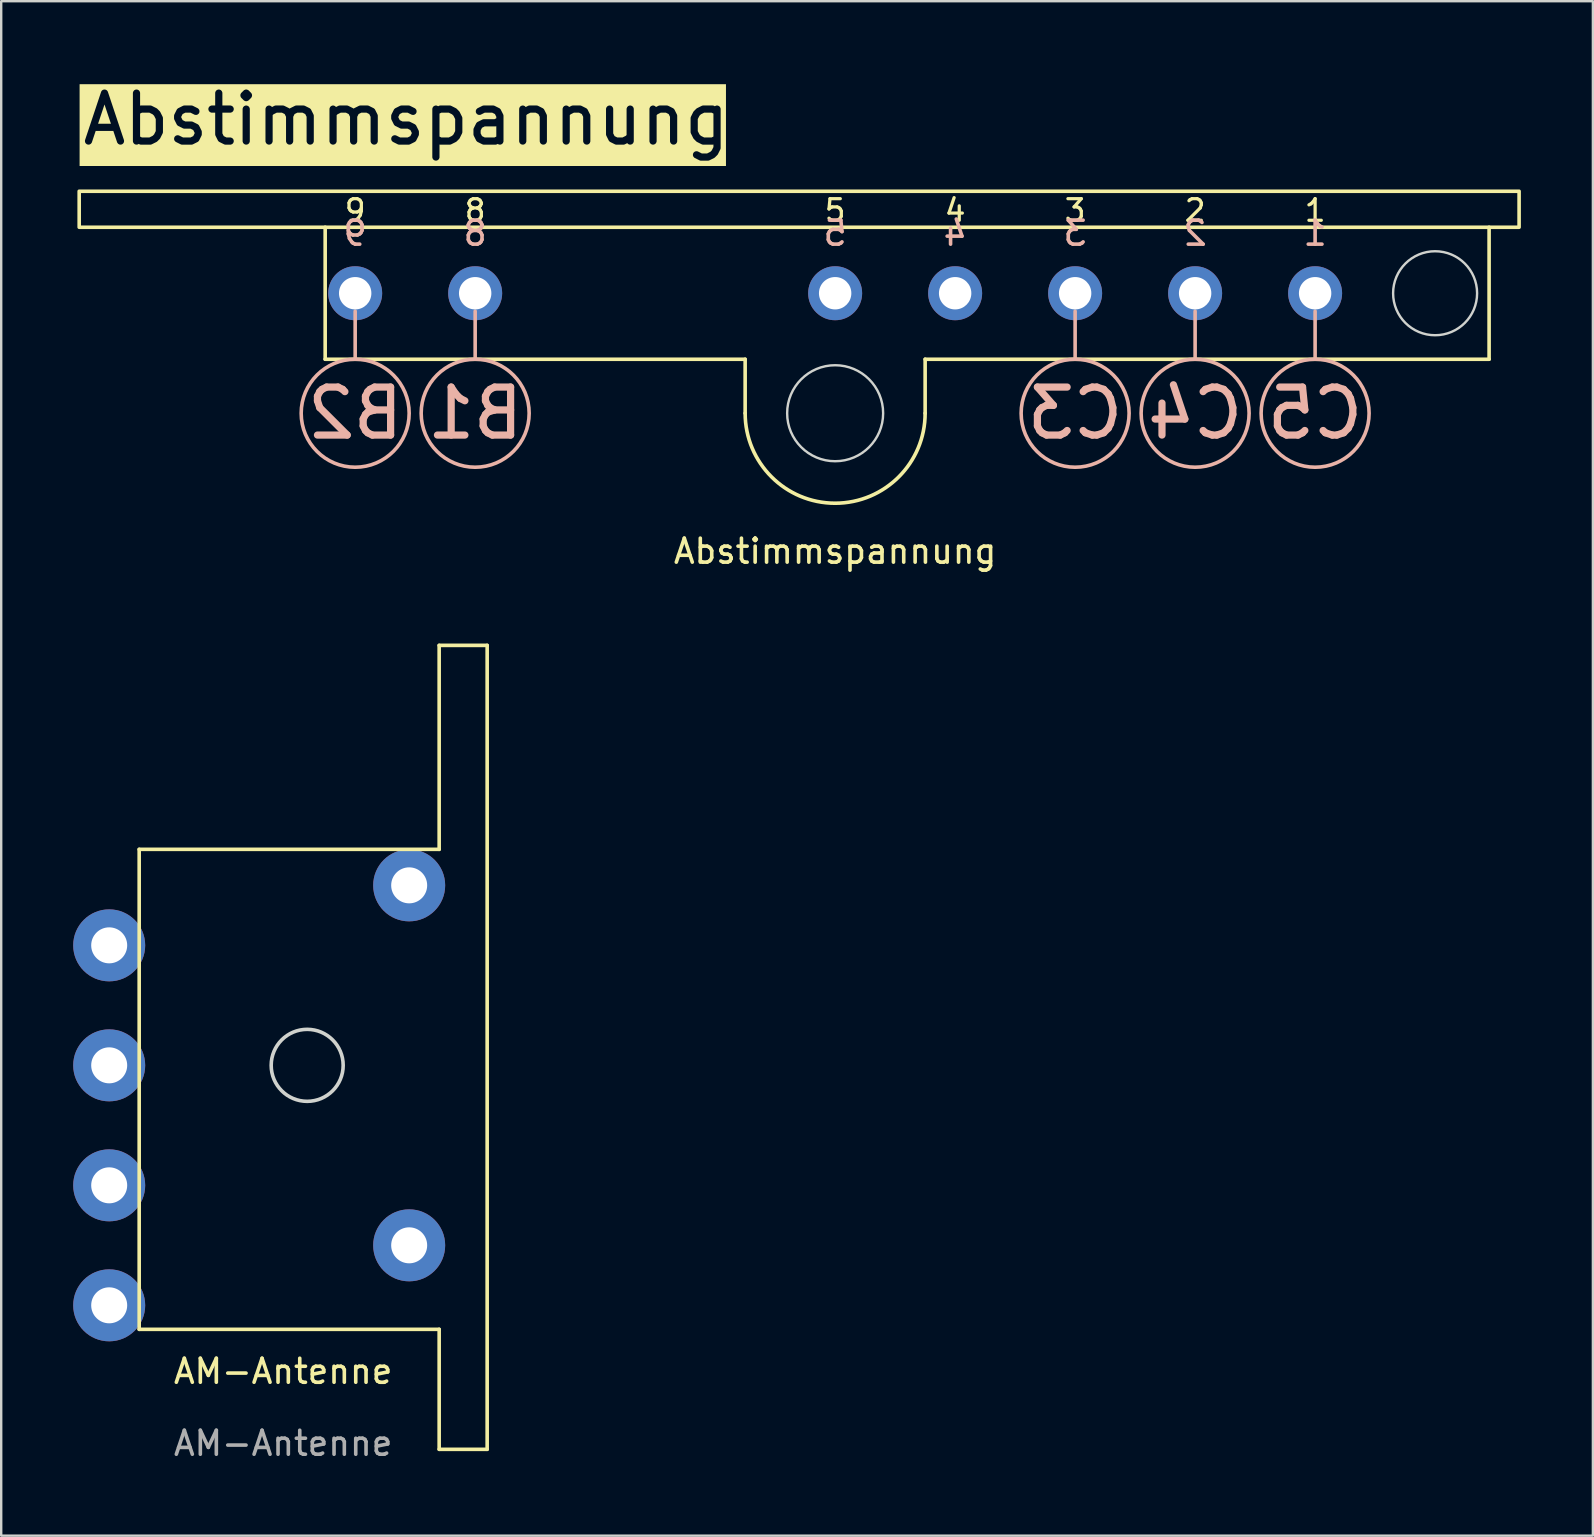
<source format=kicad_pcb>
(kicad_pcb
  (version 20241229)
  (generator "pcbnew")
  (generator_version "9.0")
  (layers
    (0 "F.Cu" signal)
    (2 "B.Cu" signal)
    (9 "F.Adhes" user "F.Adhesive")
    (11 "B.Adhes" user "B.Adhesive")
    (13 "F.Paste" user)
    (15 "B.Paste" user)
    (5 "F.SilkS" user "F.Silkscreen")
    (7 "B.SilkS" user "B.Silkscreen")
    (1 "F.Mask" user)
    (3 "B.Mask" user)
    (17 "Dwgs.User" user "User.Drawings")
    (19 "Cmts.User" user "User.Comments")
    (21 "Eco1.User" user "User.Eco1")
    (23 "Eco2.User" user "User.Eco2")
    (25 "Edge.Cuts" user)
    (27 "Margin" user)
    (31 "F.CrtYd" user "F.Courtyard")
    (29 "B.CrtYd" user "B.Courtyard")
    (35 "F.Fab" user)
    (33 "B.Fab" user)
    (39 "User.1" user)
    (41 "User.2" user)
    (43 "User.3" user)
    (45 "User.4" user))
  (footprint "AM-Antenne"
    (layer "F.Cu")
    (at 2.75 32.342)
    (property "Reference" "AM-Antenne" (at 6 21.75 0) (unlocked yes) (layer "F.SilkS") (effects (font (size 1 1) (thickness 0.15))))
    (attr through_hole)
    (fp_line (start 0 0) (end 0 20) (stroke (width 0.15) (type default)) (layer "F.SilkS"))
    (fp_line (start 0 20) (end 12.5 20) (stroke (width 0.15) (type default)) (layer "F.SilkS"))
    (fp_line (start 12.5 -8.5) (end 14.5 -8.5) (stroke (width 0.15) (type default)) (layer "F.SilkS"))
    (fp_line (start 12.5 0) (end 0 0) (stroke (width 0.15) (type default)) (layer "F.SilkS"))
    (fp_line (start 12.5 0) (end 12.5 -8.5) (stroke (width 0.15) (type default)) (layer "F.SilkS"))
    (fp_line (start 12.5 25) (end 12.5 20) (stroke (width 0.15) (type default)) (layer "F.SilkS"))
    (fp_line (start 14.5 -8.5) (end 14.5 25) (stroke (width 0.15) (type default)) (layer "F.SilkS"))
    (fp_line (start 14.5 25) (end 12.5 25) (stroke (width 0.15) (type default)) (layer "F.SilkS"))
    (fp_circle (center 7 9) (end 8.5 9) (stroke (width 0.15) (type default)) (fill no) (layer "Edge.Cuts"))
    (fp_text user "${REFERENCE}" (at 6 24.75 0) (unlocked yes) (layer "F.Fab") (effects (font (size 1 1) (thickness 0.15))))
    (pad "1" thru_hole circle (at -1.25 4) (size 3 3) (drill 1.5) (layers "*.Cu" "B.Mask") (remove_unused_layers yes) (keep_end_layers yes) (zone_layer_connections))
    (pad "1" thru_hole circle (at -1.25 9) (size 3 3) (drill 1.5) (layers "*.Cu" "B.Mask") (remove_unused_layers yes) (keep_end_layers yes) (zone_layer_connections))
    (pad "1" thru_hole circle (at 11.25 1.5) (size 3 3) (drill 1.5) (layers "*.Cu" "B.Mask") (remove_unused_layers yes) (keep_end_layers yes) (zone_layer_connections))
    (pad "1" thru_hole circle (at 11.25 16.5) (size 3 3) (drill 1.5) (layers "*.Cu" "B.Mask") (remove_unused_layers yes) (keep_end_layers yes) (zone_layer_connections))
    (pad "2" thru_hole circle (at -1.25 14) (size 3 3) (drill 1.5) (layers "*.Cu" "B.Mask") (remove_unused_layers yes) (keep_end_layers yes) (zone_layer_connections))
    (pad "3" thru_hole circle (at -1.25 19) (size 3 3) (drill 1.5) (layers "*.Cu" "B.Mask") (remove_unused_layers yes) (keep_end_layers yes) (zone_layer_connections)))
  (footprint "Abstimmspannung"
    (layer "F.Cu")
    (at 0.25 4.919)
    (property "Reference" "Abstimmspannung" (at 31.5 15 0) (unlocked yes) (layer "F.SilkS") (effects (font (size 1 1) (thickness 0.15))))
    (attr through_hole)
    (fp_line (start 10.25 7) (end 10.25 1.5) (stroke (width 0.15) (type default)) (layer "F.SilkS"))
    (fp_line (start 27.75 7) (end 10.25 7) (stroke (width 0.15) (type default)) (layer "F.SilkS"))
    (fp_line (start 27.75 7) (end 27.75 9.25) (stroke (width 0.15) (type default)) (layer "F.SilkS"))
    (fp_line (start 35.25 7) (end 35.25 9.25) (stroke (width 0.15) (type default)) (layer "F.SilkS"))
    (fp_line (start 58.75 1.5) (end 58.75 7) (stroke (width 0.15) (type default)) (layer "F.SilkS"))
    (fp_line (start 58.75 7) (end 35.25 7) (stroke (width 0.15) (type default)) (layer "F.SilkS"))
    (fp_rect (start 60 0) (end 0 1.5) (stroke (width 0.15) (type default)) (fill no) (layer "F.SilkS"))
    (fp_arc (start 35.25 9.25) (mid 31.5 13) (end 27.75 9.25) (stroke (width 0.15) (type default)) (layer "F.SilkS"))
    (fp_line (start 11.5 7) (end 11.5 5) (stroke (width 0.15) (type default)) (layer "B.SilkS"))
    (fp_line (start 16.5 7) (end 16.5 5) (stroke (width 0.15) (type default)) (layer "B.SilkS"))
    (fp_line (start 41.5 7) (end 41.5 5) (stroke (width 0.15) (type default)) (layer "B.SilkS"))
    (fp_line (start 46.5 7) (end 46.5 5) (stroke (width 0.15) (type default)) (layer "B.SilkS"))
    (fp_line (start 51.5 7) (end 51.5 5) (stroke (width 0.15) (type default)) (layer "B.SilkS"))
    (fp_circle (center 11.5 9.25) (end 9.25 9.25) (stroke (width 0.15) (type default)) (fill no) (layer "B.SilkS"))
    (fp_circle (center 16.5 9.25) (end 14.25 9.25) (stroke (width 0.15) (type default)) (fill no) (layer "B.SilkS"))
    (fp_circle (center 41.5 9.25) (end 39.25 9.25) (stroke (width 0.15) (type default)) (fill no) (layer "B.SilkS"))
    (fp_circle (center 46.5 9.25) (end 44.25 9.25) (stroke (width 0.15) (type default)) (fill no) (layer "B.SilkS"))
    (fp_circle (center 51.5 9.25) (end 49.25 9.25) (stroke (width 0.15) (type default)) (fill no) (layer "B.SilkS"))
    (fp_circle (center 31.5 9.25) (end 33.5 9.25) (stroke (width 0.1) (type default)) (fill no) (layer "Edge.Cuts"))
    (fp_circle (center 56.5 4.25) (end 58.25 4.25) (stroke (width 0.1) (type default)) (fill no) (layer "Edge.Cuts"))
    (fp_text user "5" (at 31.5 0.8 0) (unlocked yes) (layer "F.SilkS") (effects (font (size 0.9 0.9) (thickness 0.135))))
    (fp_text user "9" (at 11.5 0.8 0) (unlocked yes) (layer "F.SilkS") (effects (font (size 0.9 0.9) (thickness 0.135))))
    (fp_text user "3" (at 41.5 0.8 0) (unlocked yes) (layer "F.SilkS") (effects (font (size 0.9 0.9) (thickness 0.135))))
    (fp_text user "8" (at 16.5 0.8 0) (unlocked yes) (layer "F.SilkS") (effects (font (size 0.9 0.9) (thickness 0.135))))
    (fp_text user "1" (at 51.5 0.8 0) (unlocked yes) (layer "F.SilkS") (effects (font (size 0.9 0.9) (thickness 0.135))))
    (fp_text user "Abstimmspannung" (at 0 -3 0) (unlocked yes) (layer "F.SilkS" knockout) (effects (font (size 2 2) (thickness 0.3)) (justify left)))
    (fp_text user "4" (at 36.5 0.8 0) (unlocked yes) (layer "F.SilkS") (effects (font (size 0.9 0.9) (thickness 0.135))))
    (fp_text user "2" (at 46.5 0.8 0) (unlocked yes) (layer "F.SilkS") (effects (font (size 0.9 0.9) (thickness 0.135))))
    (fp_text user "B1" (at 16.5 9.25 0) (unlocked yes) (layer "B.SilkS") (effects (font (size 2 2) (thickness 0.3)) (justify mirror)))
    (fp_text user "C4" (at 46.5 9.25 0) (unlocked yes) (layer "B.SilkS") (effects (font (size 2 2) (thickness 0.3)) (justify mirror)))
    (fp_text user "2" (at 46.5 1.75 0) (unlocked yes) (layer "B.SilkS") (effects (font (size 1 1) (thickness 0.15)) (justify mirror)))
    (fp_text user "3" (at 41.5 1.75 0) (unlocked yes) (layer "B.SilkS") (effects (font (size 1 1) (thickness 0.15)) (justify mirror)))
    (fp_text user "5" (at 31.5 1.75 0) (unlocked yes) (layer "B.SilkS") (effects (font (size 1 1) (thickness 0.15)) (justify mirror)))
    (fp_text user "C5" (at 51.5 9.25 0) (unlocked yes) (layer "B.SilkS") (effects (font (size 2 2) (thickness 0.3)) (justify mirror)))
    (fp_text user "C3" (at 41.5 9.25 0) (unlocked yes) (layer "B.SilkS") (effects (font (size 2 2) (thickness 0.3)) (justify mirror)))
    (fp_text user "9" (at 11.5 1.75 0) (unlocked yes) (layer "B.SilkS") (effects (font (size 1 1) (thickness 0.15)) (justify mirror)))
    (fp_text user "1" (at 51.5 1.75 0) (unlocked yes) (layer "B.SilkS") (effects (font (size 1 1) (thickness 0.15)) (justify mirror)))
    (fp_text user "B2" (at 11.5 9.25 0) (unlocked yes) (layer "B.SilkS") (effects (font (size 2 2) (thickness 0.3)) (justify mirror)))
    (fp_text user "4" (at 36.5 1.75 0) (unlocked yes) (layer "B.SilkS") (effects (font (size 1 1) (thickness 0.15)) (justify mirror)))
    (fp_text user "8" (at 16.5 1.75 0) (unlocked yes) (layer "B.SilkS") (effects (font (size 1 1) (thickness 0.15)) (justify mirror)))
    (pad "1" thru_hole circle (at 51.5 4.25) (size 2.25 2.25) (drill 1.35) (layers "*.Cu" "B.Mask") (remove_unused_layers yes) (keep_end_layers yes) (zone_layer_connections))
    (pad "2" thru_hole circle (at 46.5 4.25) (size 2.25 2.25) (drill 1.35) (layers "*.Cu" "B.Mask") (remove_unused_layers yes) (keep_end_layers yes) (zone_layer_connections))
    (pad "3" thru_hole circle (at 41.5 4.25) (size 2.25 2.25) (drill 1.35) (layers "*.Cu" "B.Mask") (remove_unused_layers yes) (keep_end_layers yes) (zone_layer_connections))
    (pad "4" thru_hole circle (at 36.5 4.25) (size 2.25 2.25) (drill 1.35) (layers "*.Cu" "B.Mask") (remove_unused_layers yes) (keep_end_layers yes) (zone_layer_connections))
    (pad "5" thru_hole circle (at 31.5 4.25) (size 2.25 2.25) (drill 1.35) (layers "*.Cu" "B.Mask") (remove_unused_layers yes) (keep_end_layers yes) (zone_layer_connections))
    (pad "8" thru_hole circle (at 16.5 4.25) (size 2.25 2.25) (drill 1.35) (layers "*.Cu" "B.Mask") (remove_unused_layers yes) (keep_end_layers yes) (zone_layer_connections))
    (pad "9" thru_hole circle (at 11.5 4.25) (size 2.25 2.25) (drill 1.35) (layers "*.Cu" "B.Mask") (remove_unused_layers yes) (keep_end_layers yes) (zone_layer_connections)))
  (gr_rect
    (start -3 -3)
    (end 63.325 60.94)
    (stroke (width 0.1) (type default))
    (fill no)
    (layer "Edge.Cuts")))
</source>
